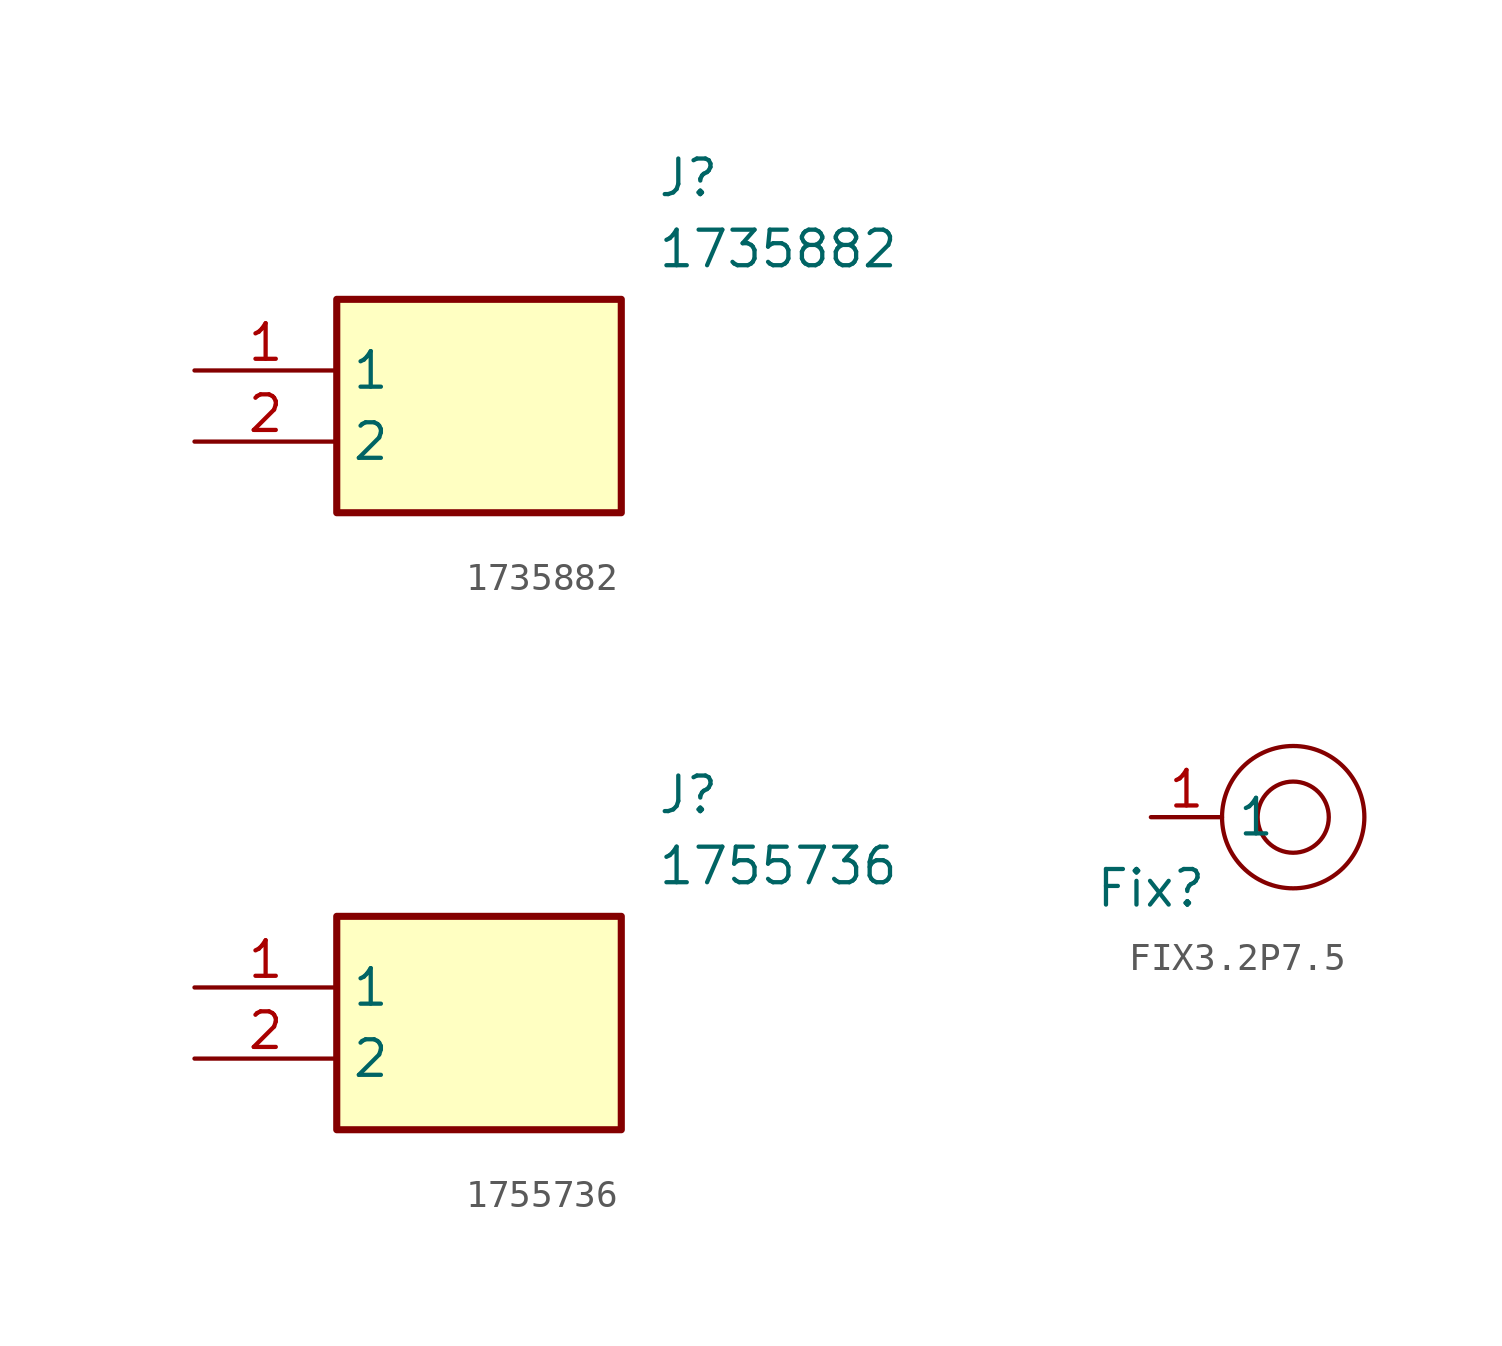
<source format=kicad_sym>
(kicad_symbol_lib
  (version 20220914)
  (generator kicad_symbol_editor)
  (symbol "1735882"
    (property "Reference" "J"
      (at 16.51 7.62 0)
      (effects (font (size 1.27 1.27)) (justify left top)))
    (property "Value" "1735882"
      (at 16.51 5.08 0)
      (effects (font (size 1.27 1.27)) (justify left top)))
    (symbol "1735882_1_1"
      (rectangle (start 5.08 2.54) (end 15.24 -5.08) (stroke (width 0.254) (type default)) (fill (type background)))
      (pin passive line (at 0 0 0) (length 5.08) (name "1" (effects (font (size 1.27 1.27)))) (number "1" (effects (font (size 1.27 1.27)))))
      (pin passive line (at 0 -2.54 0) (length 5.08) (name "2" (effects (font (size 1.27 1.27)))) (number "2" (effects (font (size 1.27 1.27)))))))
  (symbol "1755736"
    (property "Reference" "J"
      (at 16.51 7.62 0)
      (effects (font (size 1.27 1.27)) (justify left top)))
    (property "Value" "1755736"
      (at 16.51 5.08 0)
      (effects (font (size 1.27 1.27)) (justify left top)))
    (symbol "1755736_1_1"
      (rectangle (start 5.08 2.54) (end 15.24 -5.08) (stroke (width 0.254) (type default)) (fill (type background)))
      (pin passive line (at 0 0 0) (length 5.08) (name "1" (effects (font (size 1.27 1.27)))) (number "1" (effects (font (size 1.27 1.27)))))
      (pin passive line (at 0 -2.54 0) (length 5.08) (name "2" (effects (font (size 1.27 1.27)))) (number "2" (effects (font (size 1.27 1.27)))))))
  (symbol "FIX3.2P7.5"
    (property "Reference" "Fix"
      (at 0 -2.54 0)
      (effects (font (size 1.27 1.27))))
    (property "Value" ""
      (at 0 0 0)
      (effects (font (size 1.27 1.27))))
    (symbol "FIX3.2P7.5_0_1"
      (circle (center 5.08 0) (radius 1.27) (stroke (width 0) (type default)) (fill (type none)))
      (circle (center 5.08 0) (radius 2.54) (stroke (width 0) (type default)) (fill (type none))))
    (symbol "FIX3.2P7.5_1_1"
      (pin passive line (at 0 0 0) (length 2.54) (name "1" (effects (font (size 1.27 1.27)))) (number "1" (effects (font (size 1.27 1.27))))))))
</source>
